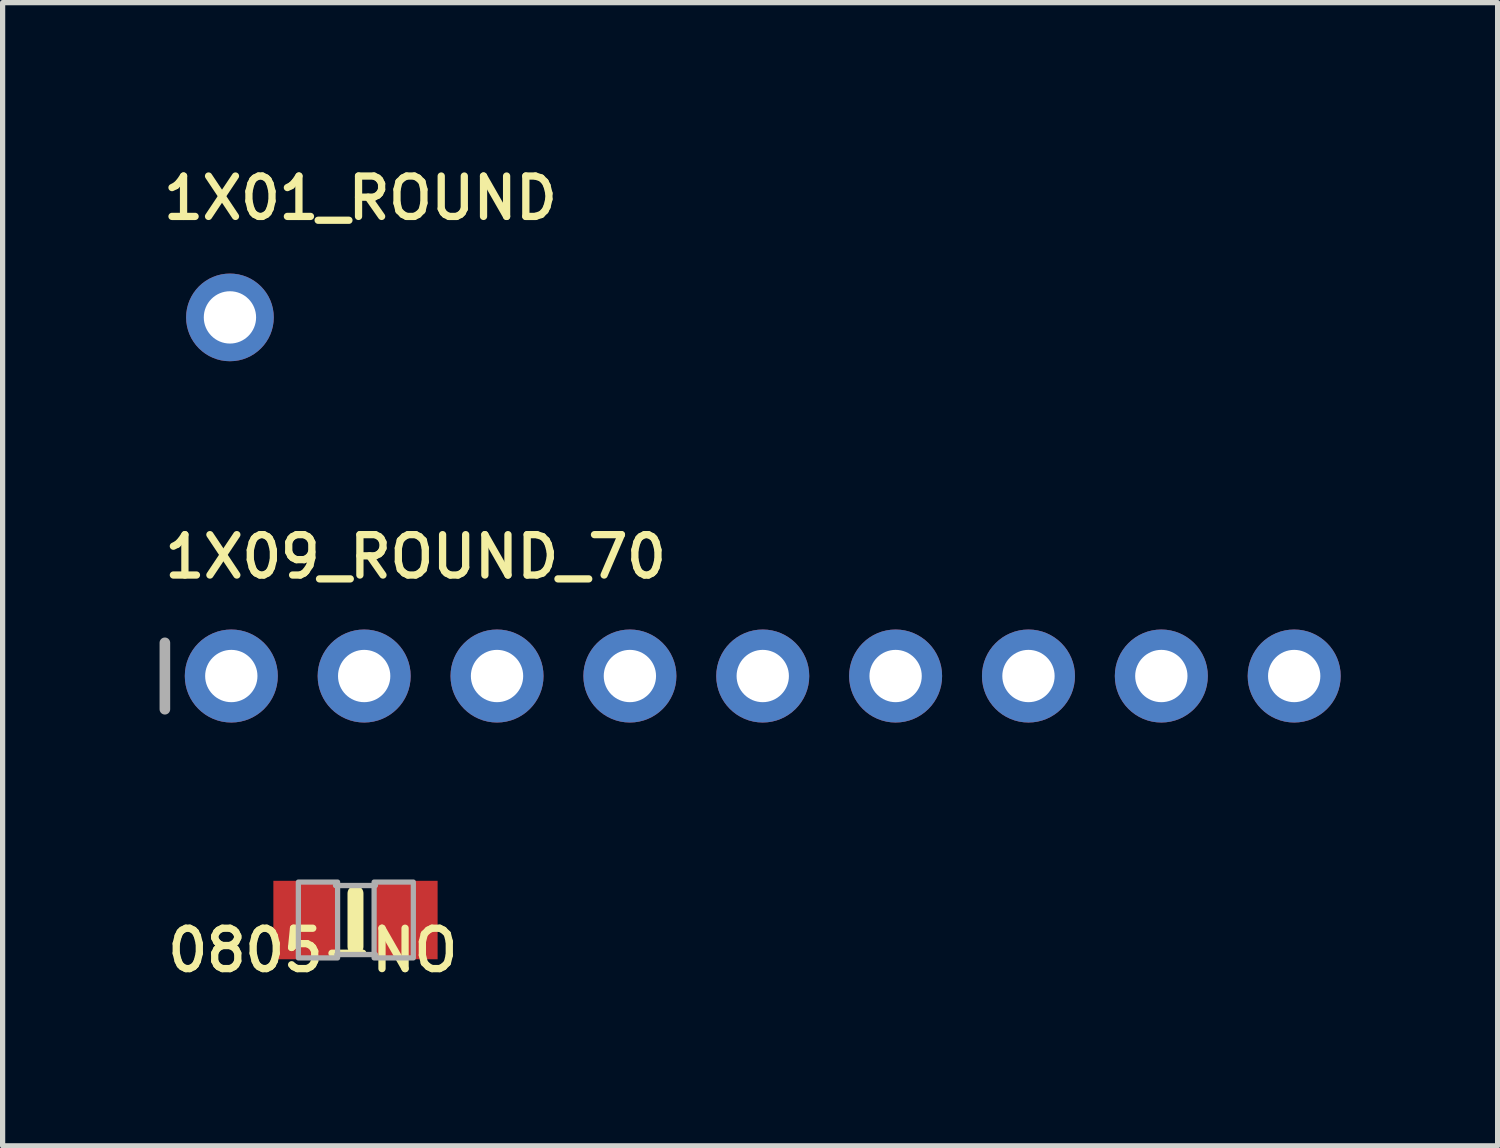
<source format=kicad_pcb>
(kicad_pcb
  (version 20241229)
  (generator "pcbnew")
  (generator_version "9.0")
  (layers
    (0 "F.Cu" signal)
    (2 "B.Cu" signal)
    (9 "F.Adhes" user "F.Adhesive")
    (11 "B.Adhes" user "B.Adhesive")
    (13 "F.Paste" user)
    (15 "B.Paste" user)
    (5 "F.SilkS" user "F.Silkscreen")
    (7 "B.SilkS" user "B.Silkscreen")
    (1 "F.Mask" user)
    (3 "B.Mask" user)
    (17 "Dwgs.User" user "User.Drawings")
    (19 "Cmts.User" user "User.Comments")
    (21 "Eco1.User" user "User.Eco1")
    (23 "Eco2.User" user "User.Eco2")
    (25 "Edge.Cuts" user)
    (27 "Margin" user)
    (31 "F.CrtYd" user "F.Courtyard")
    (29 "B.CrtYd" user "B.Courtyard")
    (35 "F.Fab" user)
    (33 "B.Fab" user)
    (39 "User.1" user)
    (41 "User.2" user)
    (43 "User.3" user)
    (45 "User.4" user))
  (footprint "0805-NO"
    (layer "F.Cu")
    (at 3.746 14.539)
    (property "Reference" "0805-NO" (at 2.032 0.127 180) (layer "F.SilkS") (effects (font (size 0.772 0.772) (thickness 0.139)) (justify right top)))
    (attr through_hole)
    (fp_line (start 0 -0.508) (end 0 0.508) (stroke (width 0.305) (type solid)) (layer "F.SilkS"))
    (fp_line (start -0.381 -0.66) (end 0.381 -0.66) (stroke (width 0.102) (type solid)) (layer "F.Fab"))
    (fp_line (start -0.356 0.66) (end 0.381 0.66) (stroke (width 0.102) (type solid)) (layer "F.Fab"))
    (fp_poly (pts (xy -1.092 0.724) (xy -0.342 0.724) (xy -0.342 -0.726) (xy -1.092 -0.726)) (stroke (width 0.1) (type solid)) (fill no) (layer "F.Fab"))
    (fp_poly (pts (xy 0.356 0.724) (xy 1.106 0.724) (xy 1.106 -0.726) (xy 0.356 -0.726)) (stroke (width 0.1) (type solid)) (fill no) (layer "F.Fab"))
    (pad "1" smd rect (at -0.95 0) (size 1.24 1.5) (layers "F.Cu" "F.Mask" "F.Paste"))
    (pad "2" smd rect (at 0.95 0) (size 1.24 1.5) (layers "F.Cu" "F.Mask" "F.Paste")))
  (footprint "1X09_ROUND_70"
    (layer "F.Cu")
    (at 11.532 9.874)
    (property "Reference" "1X09_ROUND_70" (at -11.506 -1.829 0) (layer "F.SilkS") (effects (font (size 0.772 0.772) (thickness 0.139)) (justify left bottom)))
    (attr through_hole)
    (fp_line (start -11.43 -0.635) (end -11.43 0.635) (stroke (width 0.203) (type solid)) (layer "F.Fab"))
    (fp_poly (pts (xy -10.414 0.254) (xy -9.906 0.254) (xy -9.906 -0.254) (xy -10.414 -0.254)) (stroke (width 0.1) (type solid)) (fill no) (layer "F.Fab"))
    (fp_poly (pts (xy -7.874 0.254) (xy -7.366 0.254) (xy -7.366 -0.254) (xy -7.874 -0.254)) (stroke (width 0.1) (type solid)) (fill no) (layer "F.Fab"))
    (fp_poly (pts (xy -5.334 0.254) (xy -4.826 0.254) (xy -4.826 -0.254) (xy -5.334 -0.254)) (stroke (width 0.1) (type solid)) (fill no) (layer "F.Fab"))
    (fp_poly (pts (xy -2.794 0.254) (xy -2.286 0.254) (xy -2.286 -0.254) (xy -2.794 -0.254)) (stroke (width 0.1) (type solid)) (fill no) (layer "F.Fab"))
    (fp_poly (pts (xy -0.254 0.254) (xy 0.254 0.254) (xy 0.254 -0.254) (xy -0.254 -0.254)) (stroke (width 0.1) (type solid)) (fill no) (layer "F.Fab"))
    (fp_poly (pts (xy 2.286 0.254) (xy 2.794 0.254) (xy 2.794 -0.254) (xy 2.286 -0.254)) (stroke (width 0.1) (type solid)) (fill no) (layer "F.Fab"))
    (fp_poly (pts (xy 4.826 0.254) (xy 5.334 0.254) (xy 5.334 -0.254) (xy 4.826 -0.254)) (stroke (width 0.1) (type solid)) (fill no) (layer "F.Fab"))
    (fp_poly (pts (xy 7.366 0.254) (xy 7.874 0.254) (xy 7.874 -0.254) (xy 7.366 -0.254)) (stroke (width 0.1) (type solid)) (fill no) (layer "F.Fab"))
    (fp_poly (pts (xy 9.906 0.254) (xy 10.414 0.254) (xy 10.414 -0.254) (xy 9.906 -0.254)) (stroke (width 0.1) (type solid)) (fill no) (layer "F.Fab"))
    (pad "1" thru_hole circle (at -10.16 0 90) (size 1.778 1.778) (drill 1) (layers "*.Cu" "*.Mask"))
    (pad "2" thru_hole circle (at -7.62 0 90) (size 1.778 1.778) (drill 1) (layers "*.Cu" "*.Mask"))
    (pad "3" thru_hole circle (at -5.08 0 90) (size 1.778 1.778) (drill 1) (layers "*.Cu" "*.Mask"))
    (pad "4" thru_hole circle (at -2.54 0 90) (size 1.778 1.778) (drill 1) (layers "*.Cu" "*.Mask"))
    (pad "5" thru_hole circle (at 0 0 90) (size 1.778 1.778) (drill 1) (layers "*.Cu" "*.Mask"))
    (pad "6" thru_hole circle (at 2.54 0 90) (size 1.778 1.778) (drill 1) (layers "*.Cu" "*.Mask"))
    (pad "7" thru_hole circle (at 5.08 0 90) (size 1.778 1.778) (drill 1) (layers "*.Cu" "*.Mask"))
    (pad "8" thru_hole circle (at 7.62 0 90) (size 1.778 1.778) (drill 1) (layers "*.Cu" "*.Mask"))
    (pad "9" thru_hole circle (at 10.16 0 90) (size 1.778 1.778) (drill 1) (layers "*.Cu" "*.Mask")))
  (footprint "1X01_ROUND"
    (layer "F.Cu")
    (at 1.346 3.018)
    (property "Reference" "1X01_ROUND" (at -1.346 -1.829 0) (layer "F.SilkS") (effects (font (size 0.772 0.772) (thickness 0.139)) (justify left bottom)))
    (attr through_hole)
    (fp_poly (pts (xy -0.254 0.254) (xy 0.254 0.254) (xy 0.254 -0.254) (xy -0.254 -0.254)) (stroke (width 0.1) (type solid)) (fill no) (layer "F.Fab"))
    (pad "1" thru_hole circle (at 0 0 90) (size 1.676 1.676) (drill 1) (layers "*.Cu" "*.Mask")))
  (gr_rect
    (start -3 -3)
    (end 25.581 18.855)
    (stroke (width 0.1) (type default))
    (fill no)
    (layer "Edge.Cuts")))
</source>
